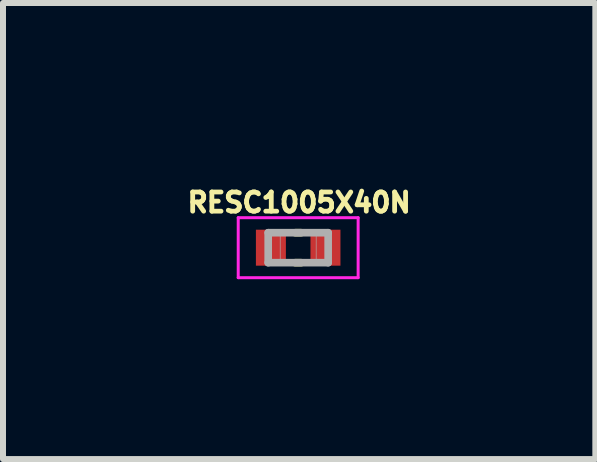
<source format=kicad_pcb>
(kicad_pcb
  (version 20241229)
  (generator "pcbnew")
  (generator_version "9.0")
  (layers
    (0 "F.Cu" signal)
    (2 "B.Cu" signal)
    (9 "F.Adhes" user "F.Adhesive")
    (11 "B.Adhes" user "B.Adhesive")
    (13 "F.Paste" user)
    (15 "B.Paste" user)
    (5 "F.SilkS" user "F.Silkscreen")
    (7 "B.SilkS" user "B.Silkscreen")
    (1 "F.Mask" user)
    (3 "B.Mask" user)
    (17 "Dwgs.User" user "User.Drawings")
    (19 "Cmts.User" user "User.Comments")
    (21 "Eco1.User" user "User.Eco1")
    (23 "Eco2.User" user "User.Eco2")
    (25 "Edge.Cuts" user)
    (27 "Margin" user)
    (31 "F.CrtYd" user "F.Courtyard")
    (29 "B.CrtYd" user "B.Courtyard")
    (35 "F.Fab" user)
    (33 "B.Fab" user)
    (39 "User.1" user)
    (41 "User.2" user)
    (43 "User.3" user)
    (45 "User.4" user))
  (footprint "RESC1005X40N"
    (layer "F.Cu")
    (at 1.923 1.081)
    (property "Reference" "RESC1005X40N" (at 0.016 -0.753 0) (layer "F.SilkS") (effects (font (size 0.32 0.32) (thickness 0.15))))
    (attr smd)
    (fp_line (start -0.05 -0.25) (end 0.05 -0.25) (stroke (width 0.127) (type solid)) (layer "F.SilkS"))
    (fp_line (start -0.05 0.25) (end 0.05 0.25) (stroke (width 0.127) (type solid)) (layer "F.SilkS"))
    (fp_line (start -1 -0.5) (end 1 -0.5) (stroke (width 0.05) (type solid)) (layer "F.CrtYd"))
    (fp_line (start -1 0.5) (end -1 -0.5) (stroke (width 0.05) (type solid)) (layer "F.CrtYd"))
    (fp_line (start 1 -0.5) (end 1 0.5) (stroke (width 0.05) (type solid)) (layer "F.CrtYd"))
    (fp_line (start 1 0.5) (end -1 0.5) (stroke (width 0.05) (type solid)) (layer "F.CrtYd"))
    (fp_line (start -0.5 -0.25) (end 0.5 -0.25) (stroke (width 0.127) (type solid)) (layer "F.Fab"))
    (fp_line (start -0.5 0.25) (end -0.5 -0.25) (stroke (width 0.127) (type solid)) (layer "F.Fab"))
    (fp_line (start 0.5 -0.25) (end 0.5 0.25) (stroke (width 0.127) (type solid)) (layer "F.Fab"))
    (fp_line (start 0.5 0.25) (end -0.5 0.25) (stroke (width 0.127) (type solid)) (layer "F.Fab"))
    (fp_poly (pts (xy -0.5 -0.25) (xy -0.3 -0.25) (xy -0.3 0.25) (xy -0.5 0.25)) (stroke (width 0.01) (type solid)) (fill no) (layer "F.Fab"))
    (fp_poly (pts (xy 0.3 -0.25) (xy 0.5 -0.25) (xy 0.5 0.25) (xy 0.3 0.25)) (stroke (width 0.01) (type solid)) (fill no) (layer "F.Fab"))
    (pad "1" smd rect (at -0.455 0) (size 0.5 0.6) (layers "F.Cu" "F.Mask" "F.Paste"))
    (pad "2" smd rect (at 0.455 0) (size 0.5 0.6) (layers "F.Cu" "F.Mask" "F.Paste")))
  (gr_rect
    (start -3 -3)
    (end 6.879 4.606)
    (stroke (width 0.1) (type default))
    (fill no)
    (layer "Edge.Cuts")))
</source>
